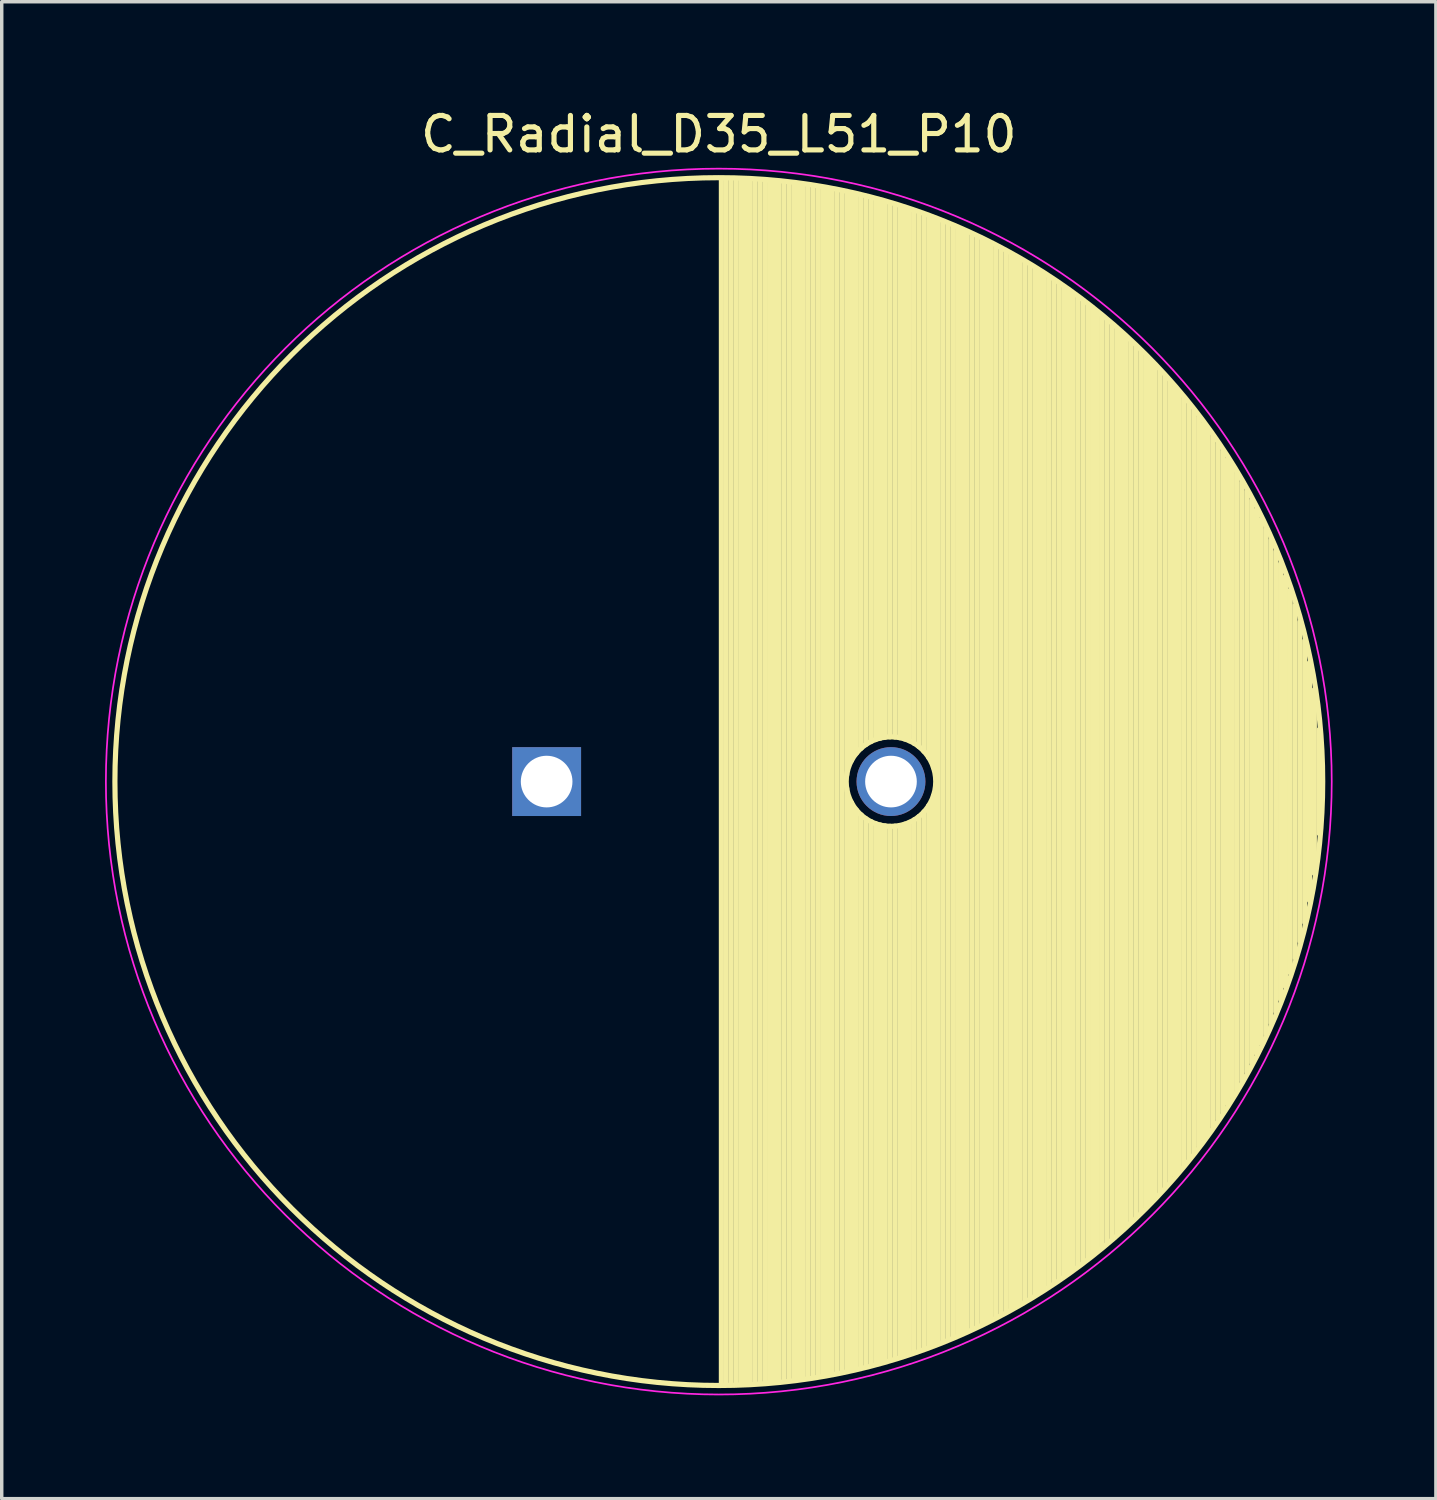
<source format=kicad_pcb>
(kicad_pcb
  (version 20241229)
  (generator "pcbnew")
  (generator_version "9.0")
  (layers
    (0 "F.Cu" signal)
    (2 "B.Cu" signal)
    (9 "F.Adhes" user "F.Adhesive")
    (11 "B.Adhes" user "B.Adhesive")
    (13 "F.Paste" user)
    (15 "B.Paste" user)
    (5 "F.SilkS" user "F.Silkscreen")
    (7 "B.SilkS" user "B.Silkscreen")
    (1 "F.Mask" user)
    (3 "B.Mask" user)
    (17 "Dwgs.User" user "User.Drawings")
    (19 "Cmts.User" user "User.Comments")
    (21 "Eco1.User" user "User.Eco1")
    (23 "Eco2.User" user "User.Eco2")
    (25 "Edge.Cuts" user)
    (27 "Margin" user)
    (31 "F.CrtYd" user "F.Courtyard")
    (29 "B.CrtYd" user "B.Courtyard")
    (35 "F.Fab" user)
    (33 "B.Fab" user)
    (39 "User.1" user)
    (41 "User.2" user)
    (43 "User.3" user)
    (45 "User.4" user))
  (footprint "C_Radial_D35_L51_P10"
    (layer "F.Cu")
    (at 12.825 19.648)
    (property "Reference" "C_Radial_D35_L51_P10" (at 5 -18.8 0) (layer "F.SilkS") (effects (font (size 1 1) (thickness 0.15))))
    (attr through_hole)
    (fp_line (start 5.075 -17.5) (end 5.075 17.5) (stroke (width 0.15) (type solid)) (layer "F.SilkS"))
    (fp_line (start 5.215 -17.499) (end 5.215 17.499) (stroke (width 0.15) (type solid)) (layer "F.SilkS"))
    (fp_line (start 5.355 -17.496) (end 5.355 17.496) (stroke (width 0.15) (type solid)) (layer "F.SilkS"))
    (fp_line (start 5.495 -17.493) (end 5.495 17.493) (stroke (width 0.15) (type solid)) (layer "F.SilkS"))
    (fp_line (start 5.635 -17.488) (end 5.635 17.488) (stroke (width 0.15) (type solid)) (layer "F.SilkS"))
    (fp_line (start 5.775 -17.483) (end 5.775 17.483) (stroke (width 0.15) (type solid)) (layer "F.SilkS"))
    (fp_line (start 5.915 -17.476) (end 5.915 17.476) (stroke (width 0.15) (type solid)) (layer "F.SilkS"))
    (fp_line (start 6.055 -17.468) (end 6.055 17.468) (stroke (width 0.15) (type solid)) (layer "F.SilkS"))
    (fp_line (start 6.195 -17.459) (end 6.195 17.459) (stroke (width 0.15) (type solid)) (layer "F.SilkS"))
    (fp_line (start 6.335 -17.449) (end 6.335 17.449) (stroke (width 0.15) (type solid)) (layer "F.SilkS"))
    (fp_line (start 6.475 -17.438) (end 6.475 17.438) (stroke (width 0.15) (type solid)) (layer "F.SilkS"))
    (fp_line (start 6.615 -17.425) (end 6.615 17.425) (stroke (width 0.15) (type solid)) (layer "F.SilkS"))
    (fp_line (start 6.755 -17.412) (end 6.755 17.412) (stroke (width 0.15) (type solid)) (layer "F.SilkS"))
    (fp_line (start 6.895 -17.397) (end 6.895 17.397) (stroke (width 0.15) (type solid)) (layer "F.SilkS"))
    (fp_line (start 7.035 -17.381) (end 7.035 17.381) (stroke (width 0.15) (type solid)) (layer "F.SilkS"))
    (fp_line (start 7.175 -17.364) (end 7.175 17.364) (stroke (width 0.15) (type solid)) (layer "F.SilkS"))
    (fp_line (start 7.315 -17.346) (end 7.315 17.346) (stroke (width 0.15) (type solid)) (layer "F.SilkS"))
    (fp_line (start 7.455 -17.327) (end 7.455 17.327) (stroke (width 0.15) (type solid)) (layer "F.SilkS"))
    (fp_line (start 7.595 -17.307) (end 7.595 17.307) (stroke (width 0.15) (type solid)) (layer "F.SilkS"))
    (fp_line (start 7.735 -17.285) (end 7.735 17.285) (stroke (width 0.15) (type solid)) (layer "F.SilkS"))
    (fp_line (start 7.875 -17.262) (end 7.875 17.262) (stroke (width 0.15) (type solid)) (layer "F.SilkS"))
    (fp_line (start 8.015 -17.238) (end 8.015 17.238) (stroke (width 0.15) (type solid)) (layer "F.SilkS"))
    (fp_line (start 8.155 -17.213) (end 8.155 17.213) (stroke (width 0.15) (type solid)) (layer "F.SilkS"))
    (fp_line (start 8.295 -17.187) (end 8.295 17.187) (stroke (width 0.15) (type solid)) (layer "F.SilkS"))
    (fp_line (start 8.435 -17.16) (end 8.435 17.16) (stroke (width 0.15) (type solid)) (layer "F.SilkS"))
    (fp_line (start 8.575 -17.131) (end 8.575 17.131) (stroke (width 0.15) (type solid)) (layer "F.SilkS"))
    (fp_line (start 8.715 -17.101) (end 8.715 -0.197) (stroke (width 0.15) (type solid)) (layer "F.SilkS"))
    (fp_line (start 8.715 0.197) (end 8.715 17.101) (stroke (width 0.15) (type solid)) (layer "F.SilkS"))
    (fp_line (start 8.855 -17.07) (end 8.855 -0.616) (stroke (width 0.15) (type solid)) (layer "F.SilkS"))
    (fp_line (start 8.855 0.616) (end 8.855 17.07) (stroke (width 0.15) (type solid)) (layer "F.SilkS"))
    (fp_line (start 8.995 -17.038) (end 8.995 -0.825) (stroke (width 0.15) (type solid)) (layer "F.SilkS"))
    (fp_line (start 8.995 0.825) (end 8.995 17.038) (stroke (width 0.15) (type solid)) (layer "F.SilkS"))
    (fp_line (start 9.135 -17.004) (end 9.135 -0.97) (stroke (width 0.15) (type solid)) (layer "F.SilkS"))
    (fp_line (start 9.135 0.97) (end 9.135 17.004) (stroke (width 0.15) (type solid)) (layer "F.SilkS"))
    (fp_line (start 9.275 -16.97) (end 9.275 -1.079) (stroke (width 0.15) (type solid)) (layer "F.SilkS"))
    (fp_line (start 9.275 1.079) (end 9.275 16.97) (stroke (width 0.15) (type solid)) (layer "F.SilkS"))
    (fp_line (start 9.415 -16.934) (end 9.415 -1.161) (stroke (width 0.15) (type solid)) (layer "F.SilkS"))
    (fp_line (start 9.415 1.161) (end 9.415 16.934) (stroke (width 0.15) (type solid)) (layer "F.SilkS"))
    (fp_line (start 9.555 -16.897) (end 9.555 -1.221) (stroke (width 0.15) (type solid)) (layer "F.SilkS"))
    (fp_line (start 9.555 1.221) (end 9.555 16.897) (stroke (width 0.15) (type solid)) (layer "F.SilkS"))
    (fp_line (start 9.695 -16.858) (end 9.695 -1.264) (stroke (width 0.15) (type solid)) (layer "F.SilkS"))
    (fp_line (start 9.695 1.264) (end 9.695 16.858) (stroke (width 0.15) (type solid)) (layer "F.SilkS"))
    (fp_line (start 9.835 -16.819) (end 9.835 -1.289) (stroke (width 0.15) (type solid)) (layer "F.SilkS"))
    (fp_line (start 9.835 1.289) (end 9.835 16.819) (stroke (width 0.15) (type solid)) (layer "F.SilkS"))
    (fp_line (start 9.975 -16.778) (end 9.975 -1.3) (stroke (width 0.15) (type solid)) (layer "F.SilkS"))
    (fp_line (start 9.975 1.3) (end 9.975 16.778) (stroke (width 0.15) (type solid)) (layer "F.SilkS"))
    (fp_line (start 10.115 -16.736) (end 10.115 -1.295) (stroke (width 0.15) (type solid)) (layer "F.SilkS"))
    (fp_line (start 10.115 1.295) (end 10.115 16.736) (stroke (width 0.15) (type solid)) (layer "F.SilkS"))
    (fp_line (start 10.255 -16.692) (end 10.255 -1.275) (stroke (width 0.15) (type solid)) (layer "F.SilkS"))
    (fp_line (start 10.255 1.275) (end 10.255 16.692) (stroke (width 0.15) (type solid)) (layer "F.SilkS"))
    (fp_line (start 10.395 -16.648) (end 10.395 -1.239) (stroke (width 0.15) (type solid)) (layer "F.SilkS"))
    (fp_line (start 10.395 1.239) (end 10.395 16.648) (stroke (width 0.15) (type solid)) (layer "F.SilkS"))
    (fp_line (start 10.535 -16.602) (end 10.535 -1.185) (stroke (width 0.15) (type solid)) (layer "F.SilkS"))
    (fp_line (start 10.535 1.185) (end 10.535 16.602) (stroke (width 0.15) (type solid)) (layer "F.SilkS"))
    (fp_line (start 10.675 -16.554) (end 10.675 -1.111) (stroke (width 0.15) (type solid)) (layer "F.SilkS"))
    (fp_line (start 10.675 1.111) (end 10.675 16.554) (stroke (width 0.15) (type solid)) (layer "F.SilkS"))
    (fp_line (start 10.815 -16.506) (end 10.815 -1.013) (stroke (width 0.15) (type solid)) (layer "F.SilkS"))
    (fp_line (start 10.815 1.013) (end 10.815 16.506) (stroke (width 0.15) (type solid)) (layer "F.SilkS"))
    (fp_line (start 10.955 -16.456) (end 10.955 -0.882) (stroke (width 0.15) (type solid)) (layer "F.SilkS"))
    (fp_line (start 10.955 0.882) (end 10.955 16.456) (stroke (width 0.15) (type solid)) (layer "F.SilkS"))
    (fp_line (start 11.095 -16.404) (end 11.095 -0.701) (stroke (width 0.15) (type solid)) (layer "F.SilkS"))
    (fp_line (start 11.095 0.701) (end 11.095 16.404) (stroke (width 0.15) (type solid)) (layer "F.SilkS"))
    (fp_line (start 11.235 -16.352) (end 11.235 -0.406) (stroke (width 0.15) (type solid)) (layer "F.SilkS"))
    (fp_line (start 11.235 0.406) (end 11.235 16.352) (stroke (width 0.15) (type solid)) (layer "F.SilkS"))
    (fp_line (start 11.375 -16.298) (end 11.375 16.298) (stroke (width 0.15) (type solid)) (layer "F.SilkS"))
    (fp_line (start 11.515 -16.242) (end 11.515 16.242) (stroke (width 0.15) (type solid)) (layer "F.SilkS"))
    (fp_line (start 11.655 -16.185) (end 11.655 16.185) (stroke (width 0.15) (type solid)) (layer "F.SilkS"))
    (fp_line (start 11.795 -16.127) (end 11.795 16.127) (stroke (width 0.15) (type solid)) (layer "F.SilkS"))
    (fp_line (start 11.935 -16.067) (end 11.935 16.067) (stroke (width 0.15) (type solid)) (layer "F.SilkS"))
    (fp_line (start 12.075 -16.006) (end 12.075 16.006) (stroke (width 0.15) (type solid)) (layer "F.SilkS"))
    (fp_line (start 12.215 -15.943) (end 12.215 15.943) (stroke (width 0.15) (type solid)) (layer "F.SilkS"))
    (fp_line (start 12.355 -15.879) (end 12.355 15.879) (stroke (width 0.15) (type solid)) (layer "F.SilkS"))
    (fp_line (start 12.495 -15.814) (end 12.495 15.814) (stroke (width 0.15) (type solid)) (layer "F.SilkS"))
    (fp_line (start 12.635 -15.747) (end 12.635 15.747) (stroke (width 0.15) (type solid)) (layer "F.SilkS"))
    (fp_line (start 12.775 -15.678) (end 12.775 15.678) (stroke (width 0.15) (type solid)) (layer "F.SilkS"))
    (fp_line (start 12.915 -15.608) (end 12.915 15.608) (stroke (width 0.15) (type solid)) (layer "F.SilkS"))
    (fp_line (start 13.055 -15.536) (end 13.055 15.536) (stroke (width 0.15) (type solid)) (layer "F.SilkS"))
    (fp_line (start 13.195 -15.463) (end 13.195 15.463) (stroke (width 0.15) (type solid)) (layer "F.SilkS"))
    (fp_line (start 13.335 -15.388) (end 13.335 15.388) (stroke (width 0.15) (type solid)) (layer "F.SilkS"))
    (fp_line (start 13.475 -15.311) (end 13.475 15.311) (stroke (width 0.15) (type solid)) (layer "F.SilkS"))
    (fp_line (start 13.615 -15.233) (end 13.615 15.233) (stroke (width 0.15) (type solid)) (layer "F.SilkS"))
    (fp_line (start 13.755 -15.153) (end 13.755 15.153) (stroke (width 0.15) (type solid)) (layer "F.SilkS"))
    (fp_line (start 13.895 -15.071) (end 13.895 15.071) (stroke (width 0.15) (type solid)) (layer "F.SilkS"))
    (fp_line (start 14.035 -14.987) (end 14.035 14.987) (stroke (width 0.15) (type solid)) (layer "F.SilkS"))
    (fp_line (start 14.175 -14.902) (end 14.175 14.902) (stroke (width 0.15) (type solid)) (layer "F.SilkS"))
    (fp_line (start 14.315 -14.815) (end 14.315 14.815) (stroke (width 0.15) (type solid)) (layer "F.SilkS"))
    (fp_line (start 14.455 -14.726) (end 14.455 14.726) (stroke (width 0.15) (type solid)) (layer "F.SilkS"))
    (fp_line (start 14.595 -14.635) (end 14.595 14.635) (stroke (width 0.15) (type solid)) (layer "F.SilkS"))
    (fp_line (start 14.735 -14.542) (end 14.735 14.542) (stroke (width 0.15) (type solid)) (layer "F.SilkS"))
    (fp_line (start 14.875 -14.448) (end 14.875 14.448) (stroke (width 0.15) (type solid)) (layer "F.SilkS"))
    (fp_line (start 15.015 -14.351) (end 15.015 14.351) (stroke (width 0.15) (type solid)) (layer "F.SilkS"))
    (fp_line (start 15.155 -14.252) (end 15.155 14.252) (stroke (width 0.15) (type solid)) (layer "F.SilkS"))
    (fp_line (start 15.295 -14.151) (end 15.295 14.151) (stroke (width 0.15) (type solid)) (layer "F.SilkS"))
    (fp_line (start 15.435 -14.049) (end 15.435 14.049) (stroke (width 0.15) (type solid)) (layer "F.SilkS"))
    (fp_line (start 15.575 -13.943) (end 15.575 13.943) (stroke (width 0.15) (type solid)) (layer "F.SilkS"))
    (fp_line (start 15.715 -13.836) (end 15.715 13.836) (stroke (width 0.15) (type solid)) (layer "F.SilkS"))
    (fp_line (start 15.855 -13.727) (end 15.855 13.727) (stroke (width 0.15) (type solid)) (layer "F.SilkS"))
    (fp_line (start 15.995 -13.615) (end 15.995 13.615) (stroke (width 0.15) (type solid)) (layer "F.SilkS"))
    (fp_line (start 16.135 -13.5) (end 16.135 13.5) (stroke (width 0.15) (type solid)) (layer "F.SilkS"))
    (fp_line (start 16.275 -13.384) (end 16.275 13.384) (stroke (width 0.15) (type solid)) (layer "F.SilkS"))
    (fp_line (start 16.415 -13.265) (end 16.415 13.265) (stroke (width 0.15) (type solid)) (layer "F.SilkS"))
    (fp_line (start 16.555 -13.143) (end 16.555 13.143) (stroke (width 0.15) (type solid)) (layer "F.SilkS"))
    (fp_line (start 16.695 -13.018) (end 16.695 13.018) (stroke (width 0.15) (type solid)) (layer "F.SilkS"))
    (fp_line (start 16.835 -12.891) (end 16.835 12.891) (stroke (width 0.15) (type solid)) (layer "F.SilkS"))
    (fp_line (start 16.975 -12.761) (end 16.975 12.761) (stroke (width 0.15) (type solid)) (layer "F.SilkS"))
    (fp_line (start 17.115 -12.628) (end 17.115 12.628) (stroke (width 0.15) (type solid)) (layer "F.SilkS"))
    (fp_line (start 17.255 -12.493) (end 17.255 12.493) (stroke (width 0.15) (type solid)) (layer "F.SilkS"))
    (fp_line (start 17.395 -12.354) (end 17.395 12.354) (stroke (width 0.15) (type solid)) (layer "F.SilkS"))
    (fp_line (start 17.535 -12.212) (end 17.535 12.212) (stroke (width 0.15) (type solid)) (layer "F.SilkS"))
    (fp_line (start 17.675 -12.066) (end 17.675 12.066) (stroke (width 0.15) (type solid)) (layer "F.SilkS"))
    (fp_line (start 17.815 -11.917) (end 17.815 11.917) (stroke (width 0.15) (type solid)) (layer "F.SilkS"))
    (fp_line (start 17.955 -11.765) (end 17.955 11.765) (stroke (width 0.15) (type solid)) (layer "F.SilkS"))
    (fp_line (start 18.095 -11.609) (end 18.095 11.609) (stroke (width 0.15) (type solid)) (layer "F.SilkS"))
    (fp_line (start 18.235 -11.449) (end 18.235 11.449) (stroke (width 0.15) (type solid)) (layer "F.SilkS"))
    (fp_line (start 18.375 -11.285) (end 18.375 11.285) (stroke (width 0.15) (type solid)) (layer "F.SilkS"))
    (fp_line (start 18.515 -11.117) (end 18.515 11.117) (stroke (width 0.15) (type solid)) (layer "F.SilkS"))
    (fp_line (start 18.655 -10.945) (end 18.655 10.945) (stroke (width 0.15) (type solid)) (layer "F.SilkS"))
    (fp_line (start 18.795 -10.768) (end 18.795 10.768) (stroke (width 0.15) (type solid)) (layer "F.SilkS"))
    (fp_line (start 18.935 -10.586) (end 18.935 10.586) (stroke (width 0.15) (type solid)) (layer "F.SilkS"))
    (fp_line (start 19.075 -10.399) (end 19.075 10.399) (stroke (width 0.15) (type solid)) (layer "F.SilkS"))
    (fp_line (start 19.215 -10.207) (end 19.215 10.207) (stroke (width 0.15) (type solid)) (layer "F.SilkS"))
    (fp_line (start 19.355 -10.009) (end 19.355 10.009) (stroke (width 0.15) (type solid)) (layer "F.SilkS"))
    (fp_line (start 19.495 -9.805) (end 19.495 9.805) (stroke (width 0.15) (type solid)) (layer "F.SilkS"))
    (fp_line (start 19.635 -9.595) (end 19.635 9.595) (stroke (width 0.15) (type solid)) (layer "F.SilkS"))
    (fp_line (start 19.775 -9.378) (end 19.775 9.378) (stroke (width 0.15) (type solid)) (layer "F.SilkS"))
    (fp_line (start 19.915 -9.154) (end 19.915 9.154) (stroke (width 0.15) (type solid)) (layer "F.SilkS"))
    (fp_line (start 20.055 -8.922) (end 20.055 8.922) (stroke (width 0.15) (type solid)) (layer "F.SilkS"))
    (fp_line (start 20.195 -8.681) (end 20.195 8.681) (stroke (width 0.15) (type solid)) (layer "F.SilkS"))
    (fp_line (start 20.335 -8.431) (end 20.335 8.431) (stroke (width 0.15) (type solid)) (layer "F.SilkS"))
    (fp_line (start 20.475 -8.172) (end 20.475 8.172) (stroke (width 0.15) (type solid)) (layer "F.SilkS"))
    (fp_line (start 20.615 -7.901) (end 20.615 7.901) (stroke (width 0.15) (type solid)) (layer "F.SilkS"))
    (fp_line (start 20.755 -7.618) (end 20.755 7.618) (stroke (width 0.15) (type solid)) (layer "F.SilkS"))
    (fp_line (start 20.895 -7.321) (end 20.895 7.321) (stroke (width 0.15) (type solid)) (layer "F.SilkS"))
    (fp_line (start 21.035 -7.009) (end 21.035 7.009) (stroke (width 0.15) (type solid)) (layer "F.SilkS"))
    (fp_line (start 21.175 -6.68) (end 21.175 6.68) (stroke (width 0.15) (type solid)) (layer "F.SilkS"))
    (fp_line (start 21.315 -6.33) (end 21.315 6.33) (stroke (width 0.15) (type solid)) (layer "F.SilkS"))
    (fp_line (start 21.455 -5.957) (end 21.455 5.957) (stroke (width 0.15) (type solid)) (layer "F.SilkS"))
    (fp_line (start 21.595 -5.555) (end 21.595 5.555) (stroke (width 0.15) (type solid)) (layer "F.SilkS"))
    (fp_line (start 21.735 -5.118) (end 21.735 5.118) (stroke (width 0.15) (type solid)) (layer "F.SilkS"))
    (fp_line (start 21.875 -4.635) (end 21.875 4.635) (stroke (width 0.15) (type solid)) (layer "F.SilkS"))
    (fp_line (start 22.015 -4.091) (end 22.015 4.091) (stroke (width 0.15) (type solid)) (layer "F.SilkS"))
    (fp_line (start 22.155 -3.458) (end 22.155 3.458) (stroke (width 0.15) (type solid)) (layer "F.SilkS"))
    (fp_line (start 22.295 -2.671) (end 22.295 2.671) (stroke (width 0.15) (type solid)) (layer "F.SilkS"))
    (fp_line (start 22.435 -1.507) (end 22.435 1.507) (stroke (width 0.15) (type solid)) (layer "F.SilkS"))
    (fp_circle (center 5 0) (end 5 -17.538) (stroke (width 0.15) (type solid)) (fill no) (layer "F.SilkS"))
    (fp_circle (center 10 0) (end 10 -1.3) (stroke (width 0.15) (type solid)) (fill no) (layer "F.SilkS"))
    (fp_circle (center 5 0) (end 5 -17.8) (stroke (width 0.05) (type solid)) (fill no) (layer "F.CrtYd"))
    (pad "1" thru_hole rect (at 0 0) (size 2 2) (drill 1.5) (layers "*.Cu" "*.Mask"))
    (pad "2" thru_hole circle (at 10 0) (size 2 2) (drill 1.5) (layers "*.Cu" "*.Mask")))
  (gr_rect
    (start -3 -3)
    (end 38.65 40.473)
    (stroke (width 0.1) (type default))
    (fill no)
    (layer "Edge.Cuts")))
</source>
